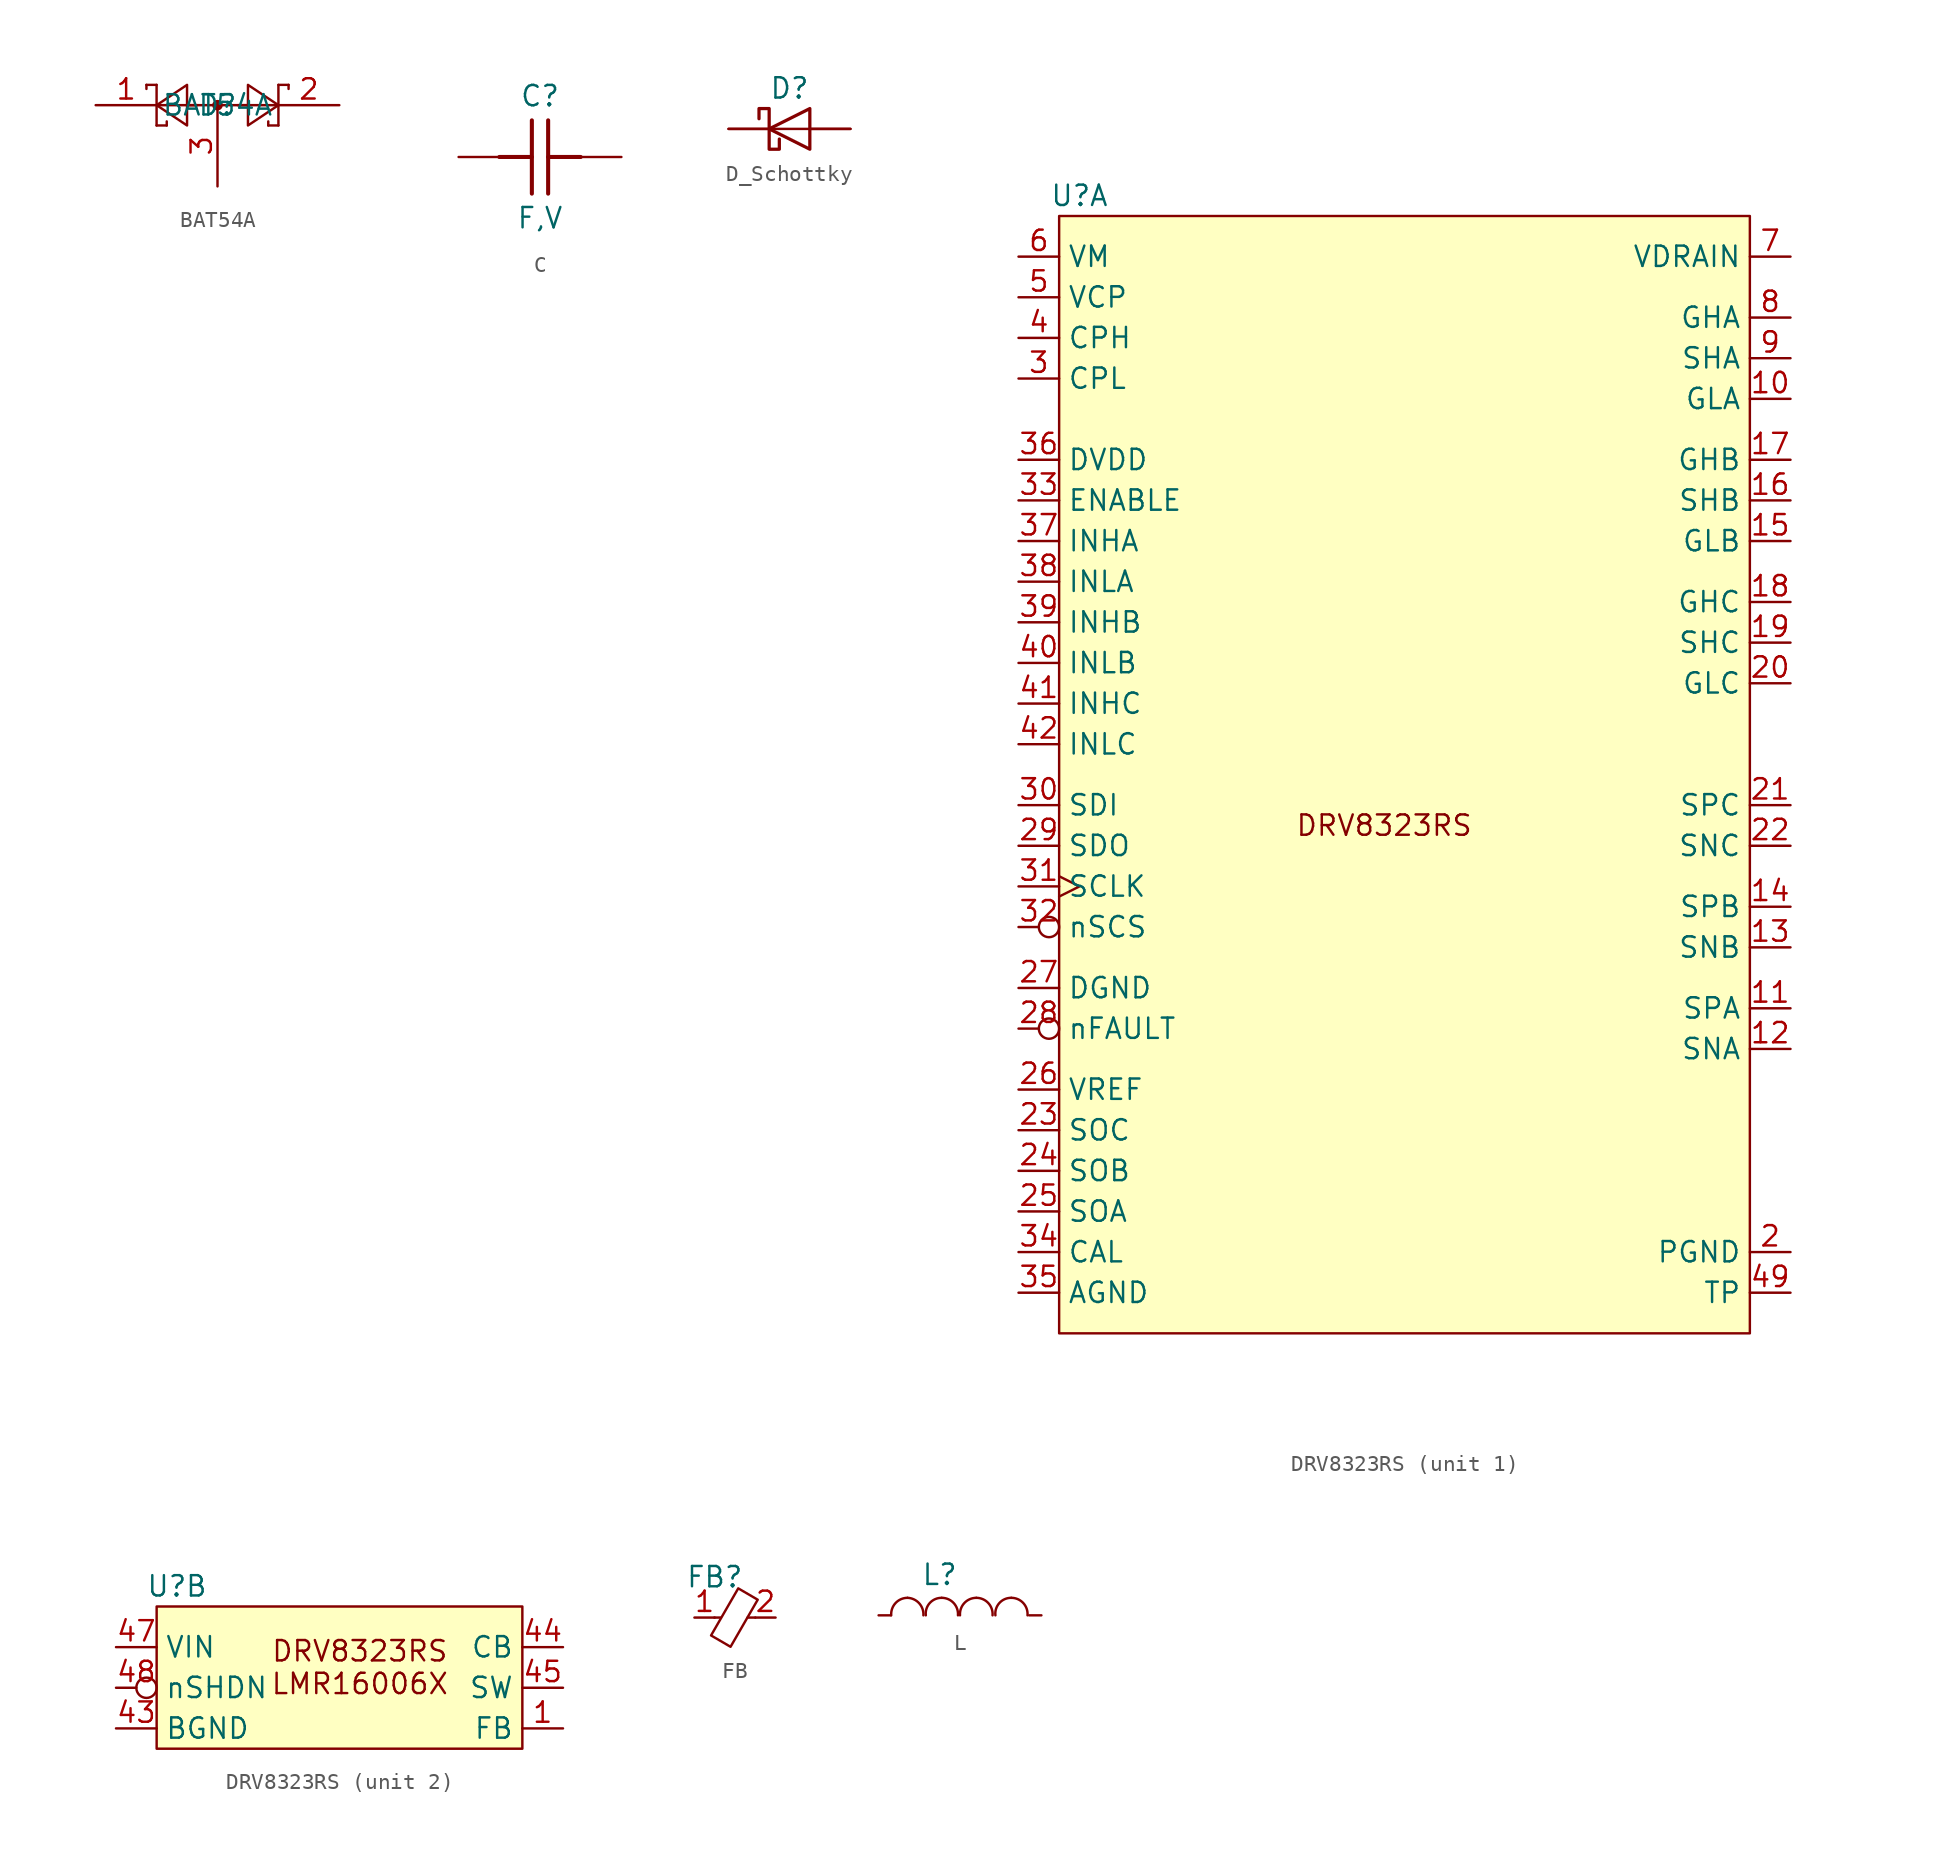
<source format=kicad_sym>
(kicad_symbol_lib
  (version 20241209)
  (generator "kicad_symbol_editor")
  (generator_version "9.0")
  (symbol "BAT54A"
    (pin_names
      (hide yes))
    (property "Reference" "D"
      (at 0 0 0)
      (effects (font (size 1.27 1.27))))
    (property "Value" "BAT54A"
      (at 0 0 0)
      (effects (font (size 1.27 1.27))))
    (symbol "BAT54A_0_1"
      (polyline (pts (xy -4.445 1.27) (xy -4.445 1.016)) (stroke (width 0) (type default)) (fill (type none)))
      (polyline (pts (xy -3.81 1.27) (xy -4.445 1.27)) (stroke (width 0) (type default)) (fill (type none)))
      (polyline (pts (xy -3.81 0) (xy -1.27 0)) (stroke (width 0) (type default)) (fill (type none)))
      (polyline (pts (xy -3.81 -1.27) (xy -3.81 1.27)) (stroke (width 0) (type default)) (fill (type none)))
      (polyline (pts (xy -3.81 -1.27) (xy -3.175 -1.27)) (stroke (width 0) (type default)) (fill (type none)))
      (polyline (pts (xy -3.175 -1.27) (xy -3.175 -1.016)) (stroke (width 0) (type default)) (fill (type none)))
      (polyline (pts (xy -1.905 1.27) (xy -1.905 -1.27) (xy -3.81 0) (xy -1.905 1.27)) (stroke (width 0) (type default)) (fill (type none)))
      (polyline (pts (xy -1.905 0) (xy 1.905 0)) (stroke (width 0) (type default)) (fill (type none)))
      (circle (center 0 0) (radius 0.254) (stroke (width 0) (type default)) (fill (type outline)))
      (polyline (pts (xy 1.27 0) (xy 3.81 0)) (stroke (width 0) (type default)) (fill (type none)))
      (polyline (pts (xy 1.905 1.27) (xy 1.905 -1.27) (xy 3.81 0) (xy 1.905 1.27)) (stroke (width 0) (type default)) (fill (type none)))
      (polyline (pts (xy 3.175 -1.27) (xy 3.175 -1.016)) (stroke (width 0) (type default)) (fill (type none)))
      (polyline (pts (xy 3.81 1.27) (xy 4.445 1.27)) (stroke (width 0) (type default)) (fill (type none)))
      (polyline (pts (xy 3.81 -1.27) (xy 3.175 -1.27)) (stroke (width 0) (type default)) (fill (type none)))
      (polyline (pts (xy 3.81 -1.27) (xy 3.81 1.27)) (stroke (width 0) (type default)) (fill (type none)))
      (polyline (pts (xy 4.445 1.27) (xy 4.445 1.016)) (stroke (width 0) (type default)) (fill (type none))))
    (symbol "BAT54A_1_1"
      (pin passive line (at -7.62 0 0) (length 3.81) (name "~" (effects (font (size 1.27 1.27)))) (number "1" (effects (font (size 1.27 1.27)))))
      (pin passive line (at 0 -5.08 90) (length 5.08) (name "~" (effects (font (size 1.27 1.27)))) (number "3" (effects (font (size 1.27 1.27)))))
      (pin passive line (at 7.62 0 180) (length 3.81) (name "~" (effects (font (size 1.27 1.27)))) (number "2" (effects (font (size 1.27 1.27)))))))
  (symbol "C"
    (property "Reference" "C"
      (at 0 3.81 0)
      (effects (font (size 1.27 1.27))))
    (property "Value" "F,V"
      (at 0 -3.81 0)
      (effects (font (size 1.27 1.27))))
    (symbol "C_1_0"
      (polyline (pts (xy -0.508 2.286) (xy -0.508 -2.286)) (stroke (width 0.254) (type default)) (fill (type none)))
      (polyline (pts (xy -0.508 0) (xy -2.54 0)) (stroke (width 0.254) (type default)) (fill (type none)))
      (polyline (pts (xy 0.508 2.286) (xy 0.508 -2.286)) (stroke (width 0.254) (type default)) (fill (type none)))
      (polyline (pts (xy 0.508 0) (xy 2.54 0)) (stroke (width 0.254) (type default)) (fill (type none)))
      (pin passive line (at -5.08 0 0) (length 2.54) (name "2" (effects (font (size 0 0)))) (number "2" (effects (font (size 0 0)))))
      (pin passive line (at 5.08 0 180) (length 2.54) (name "1" (effects (font (size 0 0)))) (number "1" (effects (font (size 0 0)))))))
  (symbol "D_Schottky"
    (pin_numbers
      (hide yes))
    (pin_names
      (hide yes))
    (property "Reference" "D"
      (at 0 2.54 0)
      (effects (font (size 1.27 1.27))))
    (property "Value" ""
      (at 0 0 0)
      (effects (font (size 1.27 1.27))))
    (symbol "D_Schottky_0_1"
      (polyline (pts (xy -1.905 0.635) (xy -1.905 1.27) (xy -1.27 1.27) (xy -1.27 -1.27) (xy -0.635 -1.27) (xy -0.635 -0.635)) (stroke (width 0.203) (type default)) (fill (type none)))
      (polyline (pts (xy 1.27 1.27) (xy 1.27 -1.27) (xy -1.27 0) (xy 1.27 1.27)) (stroke (width 0.203) (type default)) (fill (type none)))
      (polyline (pts (xy 3.81 0) (xy -3.81 0)) (stroke (width 0) (type default)) (fill (type none))))
    (symbol "D_Schottky_1_1"
      (pin passive line (at -3.81 0 0) (length 2.54) (name "K" (effects (font (size 1.27 1.27)))) (number "1" (effects (font (size 1.27 1.27)))))
      (pin passive line (at 3.81 0 180) (length 2.54) (name "A" (effects (font (size 1.27 1.27)))) (number "2" (effects (font (size 1.27 1.27)))))))
  (symbol "DRV8323RS"
    (property "Reference" "U"
      (at 1.27 1.27 0)
      (effects (font (size 1.27 1.27))))
    (property "ki_locked" ""
      (at 0 0 0)
      (effects (font (size 1.27 1.27))))
    (symbol "DRV8323RS_1_0"
      (pin power_out line (at -2.54 -15.24 0) (length 2.54) (name "DVDD" (effects (font (size 1.27 1.27)))) (number "36" (effects (font (size 1.27 1.27)))))
      (pin input line (at -2.54 -17.78 0) (length 2.54) (name "ENABLE" (effects (font (size 1.27 1.27)))) (number "33" (effects (font (size 1.27 1.27)))))
      (pin input line (at -2.54 -20.32 0) (length 2.54) (name "INHA" (effects (font (size 1.27 1.27)))) (number "37" (effects (font (size 1.27 1.27)))))
      (pin input line (at -2.54 -22.86 0) (length 2.54) (name "INLA" (effects (font (size 1.27 1.27)))) (number "38" (effects (font (size 1.27 1.27)))))
      (pin input line (at -2.54 -25.4 0) (length 2.54) (name "INHB" (effects (font (size 1.27 1.27)))) (number "39" (effects (font (size 1.27 1.27)))))
      (pin input line (at -2.54 -27.94 0) (length 2.54) (name "INLB" (effects (font (size 1.27 1.27)))) (number "40" (effects (font (size 1.27 1.27)))))
      (pin input line (at -2.54 -30.48 0) (length 2.54) (name "INHC" (effects (font (size 1.27 1.27)))) (number "41" (effects (font (size 1.27 1.27)))))
      (pin input line (at -2.54 -33.02 0) (length 2.54) (name "INLC" (effects (font (size 1.27 1.27)))) (number "42" (effects (font (size 1.27 1.27)))))
      (pin input line (at -2.54 -36.83 0) (length 2.54) (name "SDI" (effects (font (size 1.27 1.27)))) (number "30" (effects (font (size 1.27 1.27)))))
      (pin open_collector line (at -2.54 -39.37 0) (length 2.54) (name "SDO" (effects (font (size 1.27 1.27)))) (number "29" (effects (font (size 1.27 1.27)))))
      (pin input clock (at -2.54 -41.91 0) (length 2.54) (name "SCLK" (effects (font (size 1.27 1.27)))) (number "31" (effects (font (size 1.27 1.27)))))
      (pin input inverted (at -2.54 -44.45 0) (length 2.54) (name "nSCS" (effects (font (size 1.27 1.27)))) (number "32" (effects (font (size 1.27 1.27)))))
      (pin power_in line (at -2.54 -48.26 0) (length 2.54) (name "DGND" (effects (font (size 1.27 1.27)))) (number "27" (effects (font (size 1.27 1.27)))))
      (pin open_collector inverted (at -2.54 -50.8 0) (length 2.54) (name "nFAULT" (effects (font (size 1.27 1.27)))) (number "28" (effects (font (size 1.27 1.27)))))
      (pin power_in line (at -2.54 -54.61 0) (length 2.54) (name "VREF" (effects (font (size 1.27 1.27)))) (number "26" (effects (font (size 1.27 1.27)))))
      (pin output line (at -2.54 -57.15 0) (length 2.54) (name "SOC" (effects (font (size 1.27 1.27)))) (number "23" (effects (font (size 1.27 1.27)))))
      (pin output line (at -2.54 -59.69 0) (length 2.54) (name "SOB" (effects (font (size 1.27 1.27)))) (number "24" (effects (font (size 1.27 1.27)))))
      (pin output line (at -2.54 -62.23 0) (length 2.54) (name "SOA" (effects (font (size 1.27 1.27)))) (number "25" (effects (font (size 1.27 1.27)))))
      (pin input line (at -2.54 -64.77 0) (length 2.54) (name "CAL" (effects (font (size 1.27 1.27)))) (number "34" (effects (font (size 1.27 1.27)))))
      (pin power_in line (at -2.54 -67.31 0) (length 2.54) (name "AGND" (effects (font (size 1.27 1.27)))) (number "35" (effects (font (size 1.27 1.27)))))
      (pin output line (at 45.72 -8.89 180) (length 2.54) (name "SHA" (effects (font (size 1.27 1.27)))) (number "9" (effects (font (size 1.27 1.27)))))
      (pin output line (at 45.72 -11.43 180) (length 2.54) (name "GLA" (effects (font (size 1.27 1.27)))) (number "10" (effects (font (size 1.27 1.27)))))
      (pin output line (at 45.72 -15.24 180) (length 2.54) (name "GHB" (effects (font (size 1.27 1.27)))) (number "17" (effects (font (size 1.27 1.27)))))
      (pin output line (at 45.72 -17.78 180) (length 2.54) (name "SHB" (effects (font (size 1.27 1.27)))) (number "16" (effects (font (size 1.27 1.27)))))
      (pin output line (at 45.72 -20.32 180) (length 2.54) (name "GLB" (effects (font (size 1.27 1.27)))) (number "15" (effects (font (size 1.27 1.27)))))
      (pin output line (at 45.72 -24.13 180) (length 2.54) (name "GHC" (effects (font (size 1.27 1.27)))) (number "18" (effects (font (size 1.27 1.27)))))
      (pin output line (at 45.72 -26.67 180) (length 2.54) (name "SHC" (effects (font (size 1.27 1.27)))) (number "19" (effects (font (size 1.27 1.27)))))
      (pin input line (at 45.72 -29.21 180) (length 2.54) (name "GLC" (effects (font (size 1.27 1.27)))) (number "20" (effects (font (size 1.27 1.27)))))
      (pin input line (at 45.72 -36.83 180) (length 2.54) (name "SPC" (effects (font (size 1.27 1.27)))) (number "21" (effects (font (size 1.27 1.27)))))
      (pin input line (at 45.72 -39.37 180) (length 2.54) (name "SNC" (effects (font (size 1.27 1.27)))) (number "22" (effects (font (size 1.27 1.27)))))
      (pin input line (at 45.72 -43.18 180) (length 2.54) (name "SPB" (effects (font (size 1.27 1.27)))) (number "14" (effects (font (size 1.27 1.27)))))
      (pin input line (at 45.72 -45.72 180) (length 2.54) (name "SNB" (effects (font (size 1.27 1.27)))) (number "13" (effects (font (size 1.27 1.27)))))
      (pin input line (at 45.72 -49.53 180) (length 2.54) (name "SPA" (effects (font (size 1.27 1.27)))) (number "11" (effects (font (size 1.27 1.27)))))
      (pin input line (at 45.72 -52.07 180) (length 2.54) (name "SNA" (effects (font (size 1.27 1.27)))) (number "12" (effects (font (size 1.27 1.27)))))
      (pin unspecified line (at 45.72 -67.31 180) (length 2.54) (name "TP" (effects (font (size 1.27 1.27)))) (number "49" (effects (font (size 1.27 1.27))))))
    (symbol "DRV8323RS_1_1"
      (rectangle (start 0 0) (end 43.18 -69.85) (stroke (width 0) (type default)) (fill (type background)))
      (text "DRV8323RS" (at 20.32 -38.1 0) (effects (font (size 1.27 1.27))))
      (pin power_in line (at -2.54 -2.54 0) (length 2.54) (name "VM" (effects (font (size 1.27 1.27)))) (number "6" (effects (font (size 1.27 1.27)))))
      (pin power_out line (at -2.54 -5.08 0) (length 2.54) (name "VCP" (effects (font (size 1.27 1.27)))) (number "5" (effects (font (size 1.27 1.27)))))
      (pin bidirectional line (at -2.54 -7.62 0) (length 2.54) (name "CPH" (effects (font (size 1.27 1.27)))) (number "4" (effects (font (size 1.27 1.27)))))
      (pin bidirectional line (at -2.54 -10.16 0) (length 2.54) (name "CPL" (effects (font (size 1.27 1.27)))) (number "3" (effects (font (size 1.27 1.27)))))
      (pin power_in line (at 45.72 -2.54 180) (length 2.54) (name "VDRAIN" (effects (font (size 1.27 1.27)))) (number "7" (effects (font (size 1.27 1.27)))))
      (pin output line (at 45.72 -6.35 180) (length 2.54) (name "GHA" (effects (font (size 1.27 1.27)))) (number "8" (effects (font (size 1.27 1.27)))))
      (pin power_in line (at 45.72 -64.77 180) (length 2.54) (name "PGND" (effects (font (size 1.27 1.27)))) (number "2" (effects (font (size 1.27 1.27))))))
    (symbol "DRV8323RS_2_0"
      (pin power_in line (at -2.54 -2.54 0) (length 2.54) (name "VIN" (effects (font (size 1.27 1.27)))) (number "47" (effects (font (size 1.27 1.27)))))
      (pin input inverted (at -2.54 -5.08 0) (length 2.54) (name "nSHDN" (effects (font (size 1.27 1.27)))) (number "48" (effects (font (size 1.27 1.27)))))
      (pin power_in line (at -2.54 -7.62 0) (length 2.54) (name "BGND" (effects (font (size 1.27 1.27)))) (number "43" (effects (font (size 1.27 1.27)))))
      (pin no_connect line (at 11.43 -7.62 0) (length 2.54) (hide yes) (name "NC" (effects (font (size 1.27 1.27)))) (number "46" (effects (font (size 1.27 1.27)))))
      (pin unspecified line (at 25.4 -2.54 180) (length 2.54) (name "CB" (effects (font (size 1.27 1.27)))) (number "44" (effects (font (size 1.27 1.27)))))
      (pin power_out line (at 25.4 -5.08 180) (length 2.54) (name "SW" (effects (font (size 1.27 1.27)))) (number "45" (effects (font (size 1.27 1.27))))))
    (symbol "DRV8323RS_2_1"
      (rectangle (start 0 0) (end 22.86 -8.89) (stroke (width 0) (type default)) (fill (type background)))
      (text "DRV8323RS\nLMR16006X" (at 12.7 -3.81 0) (effects (font (size 1.27 1.27))))
      (pin input line (at 25.4 -7.62 180) (length 2.54) (name "FB" (effects (font (size 1.27 1.27)))) (number "1" (effects (font (size 1.27 1.27)))))))
  (symbol "FB"
    (property "Reference" "FB"
      (at -1.27 2.54 0)
      (effects (font (size 1.27 1.27))))
    (property "Value" ""
      (at 0 -1.27 0)
      (effects (font (size 1.27 1.27))))
    (symbol "FB_0_1"
      (polyline (pts (xy -0.889 0) (xy -1.295 0)) (stroke (width 0) (type default)) (fill (type none)))
      (polyline (pts (xy -0.279 -1.829) (xy -1.499 -1.118) (xy 0.203 1.829) (xy 1.422 1.118) (xy -0.279 -1.829)) (stroke (width 0) (type default)) (fill (type none)))
      (polyline (pts (xy 1.27 0) (xy 0.787 0)) (stroke (width 0) (type default)) (fill (type none))))
    (symbol "FB_1_1"
      (pin passive line (at -2.54 0 0) (length 1.27) (name "~" (effects (font (size 1.27 1.27)))) (number "1" (effects (font (size 1.27 1.27)))))
      (pin passive line (at 2.54 0 180) (length 1.27) (name "~" (effects (font (size 1.27 1.27)))) (number "2" (effects (font (size 1.27 1.27)))))))
  (symbol "L"
    (pin_numbers
      (hide yes))
    (pin_names
      (hide yes))
    (property "Reference" "L"
      (at -1.27 2.54 0)
      (effects (font (size 1.27 1.27))))
    (property "Value" ""
      (at 0 0 0)
      (effects (font (size 1.27 1.27))))
    (symbol "L_1_1"
      (arc (start -3.2766 1.0922) (mid -2.551 0.755) (end -2.286 0) (stroke (width 0) (type default)) (fill (type none)))
      (arc (start -4.2926 0) (mid -4.0218 0.7668) (end -3.2766 1.0922) (stroke (width 0) (type default)) (fill (type none)))
      (arc (start -2.1336 0) (mid -1.8853 0.7701) (end -1.143 1.0922) (stroke (width 0) (type default)) (fill (type none)))
      (arc (start -1.143 1.0922) (mid -0.3957 0.7687) (end -0.127 0) (stroke (width 0) (type default)) (fill (type none)))
      (arc (start 0 0) (mid 0.2707 0.767) (end 1.016 1.0922) (stroke (width 0) (type default)) (fill (type none)))
      (arc (start 1.016 1.0922) (mid 1.7635 0.7689) (end 2.032 0) (stroke (width 0) (type default)) (fill (type none)))
      (arc (start 2.2098 0) (mid 2.4583 0.7696) (end 3.2004 1.0922) (stroke (width 0) (type default)) (fill (type none)))
      (arc (start 3.2004 1.0922) (mid 3.9477 0.7687) (end 4.2164 0) (stroke (width 0) (type default)) (fill (type none)))
      (pin input line (at -5.08 0 0) (length 0.762) (name "1" (effects (font (size 1.27 1.27)))) (number "1" (effects (font (size 1.27 1.27)))))
      (pin input line (at 5.08 0 180) (length 0.762) (name "2" (effects (font (size 1.27 1.27)))) (number "2" (effects (font (size 1.27 1.27))))))))
</source>
